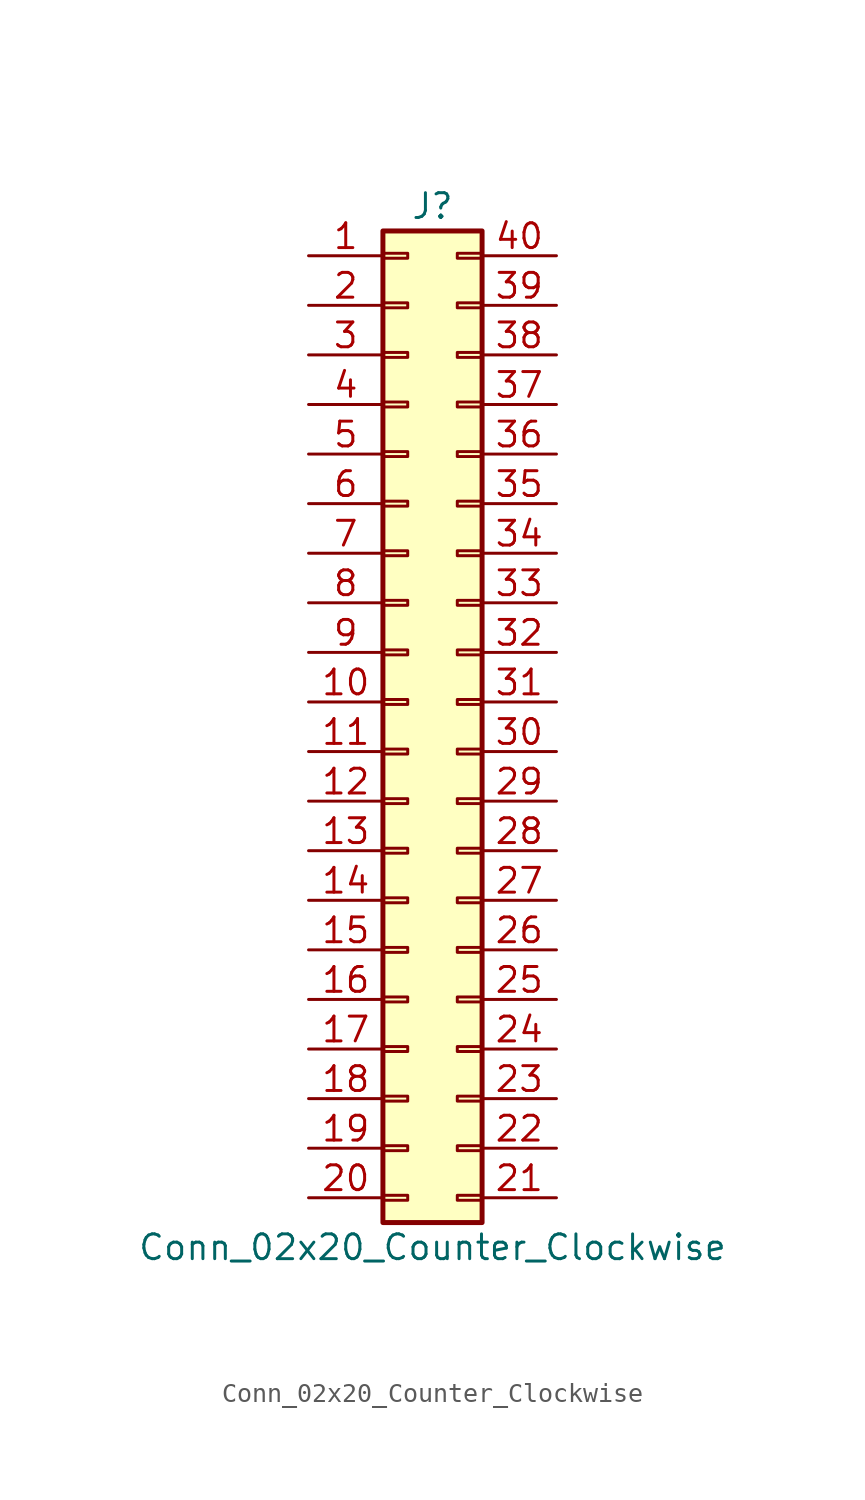
<source format=kicad_sym>
(kicad_symbol_lib
  (version 20201005)
  (generator kicad_symbol_editor)
  (symbol "Conn_02x20_Counter_Clockwise"
    (pin_names
      (offset 1.016) hide)
    (property "Reference" "J"
      (at 1.27 25.4 0)
      (effects (font (size 1.27 1.27))))
    (property "Value" "Conn_02x20_Counter_Clockwise"
      (at 1.27 -27.94 0)
      (effects (font (size 1.27 1.27))))
    (symbol "Conn_02x20_Counter_Clockwise_1_1"
      (rectangle (start -1.27 -25.273) (end 0 -25.527) (stroke (width 0.152)) (fill (type none)))
      (rectangle (start -1.27 -22.733) (end 0 -22.987) (stroke (width 0.152)) (fill (type none)))
      (rectangle (start -1.27 -20.193) (end 0 -20.447) (stroke (width 0.152)) (fill (type none)))
      (rectangle (start -1.27 -17.653) (end 0 -17.907) (stroke (width 0.152)) (fill (type none)))
      (rectangle (start -1.27 -15.113) (end 0 -15.367) (stroke (width 0.152)) (fill (type none)))
      (rectangle (start -1.27 -12.573) (end 0 -12.827) (stroke (width 0.152)) (fill (type none)))
      (rectangle (start -1.27 -10.033) (end 0 -10.287) (stroke (width 0.152)) (fill (type none)))
      (rectangle (start -1.27 -7.493) (end 0 -7.747) (stroke (width 0.152)) (fill (type none)))
      (rectangle (start -1.27 -4.953) (end 0 -5.207) (stroke (width 0.152)) (fill (type none)))
      (rectangle (start -1.27 -2.413) (end 0 -2.667) (stroke (width 0.152)) (fill (type none)))
      (rectangle (start -1.27 0.127) (end 0 -0.127) (stroke (width 0.152)) (fill (type none)))
      (rectangle (start -1.27 2.667) (end 0 2.413) (stroke (width 0.152)) (fill (type none)))
      (rectangle (start -1.27 5.207) (end 0 4.953) (stroke (width 0.152)) (fill (type none)))
      (rectangle (start -1.27 7.747) (end 0 7.493) (stroke (width 0.152)) (fill (type none)))
      (rectangle (start -1.27 10.287) (end 0 10.033) (stroke (width 0.152)) (fill (type none)))
      (rectangle (start -1.27 12.827) (end 0 12.573) (stroke (width 0.152)) (fill (type none)))
      (rectangle (start -1.27 15.367) (end 0 15.113) (stroke (width 0.152)) (fill (type none)))
      (rectangle (start -1.27 17.907) (end 0 17.653) (stroke (width 0.152)) (fill (type none)))
      (rectangle (start -1.27 20.447) (end 0 20.193) (stroke (width 0.152)) (fill (type none)))
      (rectangle (start -1.27 22.987) (end 0 22.733) (stroke (width 0.152)) (fill (type none)))
      (rectangle (start -1.27 24.13) (end 3.81 -26.67) (stroke (width 0.254)) (fill (type background)))
      (rectangle (start 3.81 -25.273) (end 2.54 -25.527) (stroke (width 0.152)) (fill (type none)))
      (rectangle (start 3.81 -22.733) (end 2.54 -22.987) (stroke (width 0.152)) (fill (type none)))
      (rectangle (start 3.81 -20.193) (end 2.54 -20.447) (stroke (width 0.152)) (fill (type none)))
      (rectangle (start 3.81 -17.653) (end 2.54 -17.907) (stroke (width 0.152)) (fill (type none)))
      (rectangle (start 3.81 -15.113) (end 2.54 -15.367) (stroke (width 0.152)) (fill (type none)))
      (rectangle (start 3.81 -12.573) (end 2.54 -12.827) (stroke (width 0.152)) (fill (type none)))
      (rectangle (start 3.81 -10.033) (end 2.54 -10.287) (stroke (width 0.152)) (fill (type none)))
      (rectangle (start 3.81 -7.493) (end 2.54 -7.747) (stroke (width 0.152)) (fill (type none)))
      (rectangle (start 3.81 -4.953) (end 2.54 -5.207) (stroke (width 0.152)) (fill (type none)))
      (rectangle (start 3.81 -2.413) (end 2.54 -2.667) (stroke (width 0.152)) (fill (type none)))
      (rectangle (start 3.81 0.127) (end 2.54 -0.127) (stroke (width 0.152)) (fill (type none)))
      (rectangle (start 3.81 2.667) (end 2.54 2.413) (stroke (width 0.152)) (fill (type none)))
      (rectangle (start 3.81 5.207) (end 2.54 4.953) (stroke (width 0.152)) (fill (type none)))
      (rectangle (start 3.81 7.747) (end 2.54 7.493) (stroke (width 0.152)) (fill (type none)))
      (rectangle (start 3.81 10.287) (end 2.54 10.033) (stroke (width 0.152)) (fill (type none)))
      (rectangle (start 3.81 12.827) (end 2.54 12.573) (stroke (width 0.152)) (fill (type none)))
      (rectangle (start 3.81 15.367) (end 2.54 15.113) (stroke (width 0.152)) (fill (type none)))
      (rectangle (start 3.81 17.907) (end 2.54 17.653) (stroke (width 0.152)) (fill (type none)))
      (rectangle (start 3.81 20.447) (end 2.54 20.193) (stroke (width 0.152)) (fill (type none)))
      (rectangle (start 3.81 22.987) (end 2.54 22.733) (stroke (width 0.152)) (fill (type none)))
      (pin passive line (at -5.08 22.86 0) (length 3.81) (name "Pin_1" (effects (font (size 1.27 1.27)))) (number "1" (effects (font (size 1.27 1.27)))))
      (pin passive line (at -5.08 0 0) (length 3.81) (name "Pin_10" (effects (font (size 1.27 1.27)))) (number "10" (effects (font (size 1.27 1.27)))))
      (pin passive line (at -5.08 -2.54 0) (length 3.81) (name "Pin_11" (effects (font (size 1.27 1.27)))) (number "11" (effects (font (size 1.27 1.27)))))
      (pin passive line (at -5.08 -5.08 0) (length 3.81) (name "Pin_12" (effects (font (size 1.27 1.27)))) (number "12" (effects (font (size 1.27 1.27)))))
      (pin passive line (at -5.08 -7.62 0) (length 3.81) (name "Pin_13" (effects (font (size 1.27 1.27)))) (number "13" (effects (font (size 1.27 1.27)))))
      (pin passive line (at -5.08 -10.16 0) (length 3.81) (name "Pin_14" (effects (font (size 1.27 1.27)))) (number "14" (effects (font (size 1.27 1.27)))))
      (pin passive line (at -5.08 -12.7 0) (length 3.81) (name "Pin_15" (effects (font (size 1.27 1.27)))) (number "15" (effects (font (size 1.27 1.27)))))
      (pin passive line (at -5.08 -15.24 0) (length 3.81) (name "Pin_16" (effects (font (size 1.27 1.27)))) (number "16" (effects (font (size 1.27 1.27)))))
      (pin passive line (at -5.08 -17.78 0) (length 3.81) (name "Pin_17" (effects (font (size 1.27 1.27)))) (number "17" (effects (font (size 1.27 1.27)))))
      (pin passive line (at -5.08 -20.32 0) (length 3.81) (name "Pin_18" (effects (font (size 1.27 1.27)))) (number "18" (effects (font (size 1.27 1.27)))))
      (pin passive line (at -5.08 -22.86 0) (length 3.81) (name "Pin_19" (effects (font (size 1.27 1.27)))) (number "19" (effects (font (size 1.27 1.27)))))
      (pin passive line (at -5.08 20.32 0) (length 3.81) (name "Pin_2" (effects (font (size 1.27 1.27)))) (number "2" (effects (font (size 1.27 1.27)))))
      (pin passive line (at -5.08 -25.4 0) (length 3.81) (name "Pin_20" (effects (font (size 1.27 1.27)))) (number "20" (effects (font (size 1.27 1.27)))))
      (pin passive line (at 7.62 -25.4 180) (length 3.81) (name "Pin_21" (effects (font (size 1.27 1.27)))) (number "21" (effects (font (size 1.27 1.27)))))
      (pin passive line (at 7.62 -22.86 180) (length 3.81) (name "Pin_22" (effects (font (size 1.27 1.27)))) (number "22" (effects (font (size 1.27 1.27)))))
      (pin passive line (at 7.62 -20.32 180) (length 3.81) (name "Pin_23" (effects (font (size 1.27 1.27)))) (number "23" (effects (font (size 1.27 1.27)))))
      (pin passive line (at 7.62 -17.78 180) (length 3.81) (name "Pin_24" (effects (font (size 1.27 1.27)))) (number "24" (effects (font (size 1.27 1.27)))))
      (pin passive line (at 7.62 -15.24 180) (length 3.81) (name "Pin_25" (effects (font (size 1.27 1.27)))) (number "25" (effects (font (size 1.27 1.27)))))
      (pin passive line (at 7.62 -12.7 180) (length 3.81) (name "Pin_26" (effects (font (size 1.27 1.27)))) (number "26" (effects (font (size 1.27 1.27)))))
      (pin passive line (at 7.62 -10.16 180) (length 3.81) (name "Pin_27" (effects (font (size 1.27 1.27)))) (number "27" (effects (font (size 1.27 1.27)))))
      (pin passive line (at 7.62 -7.62 180) (length 3.81) (name "Pin_28" (effects (font (size 1.27 1.27)))) (number "28" (effects (font (size 1.27 1.27)))))
      (pin passive line (at 7.62 -5.08 180) (length 3.81) (name "Pin_29" (effects (font (size 1.27 1.27)))) (number "29" (effects (font (size 1.27 1.27)))))
      (pin passive line (at -5.08 17.78 0) (length 3.81) (name "Pin_3" (effects (font (size 1.27 1.27)))) (number "3" (effects (font (size 1.27 1.27)))))
      (pin passive line (at 7.62 -2.54 180) (length 3.81) (name "Pin_30" (effects (font (size 1.27 1.27)))) (number "30" (effects (font (size 1.27 1.27)))))
      (pin passive line (at 7.62 0 180) (length 3.81) (name "Pin_31" (effects (font (size 1.27 1.27)))) (number "31" (effects (font (size 1.27 1.27)))))
      (pin passive line (at 7.62 2.54 180) (length 3.81) (name "Pin_32" (effects (font (size 1.27 1.27)))) (number "32" (effects (font (size 1.27 1.27)))))
      (pin passive line (at 7.62 5.08 180) (length 3.81) (name "Pin_33" (effects (font (size 1.27 1.27)))) (number "33" (effects (font (size 1.27 1.27)))))
      (pin passive line (at 7.62 7.62 180) (length 3.81) (name "Pin_34" (effects (font (size 1.27 1.27)))) (number "34" (effects (font (size 1.27 1.27)))))
      (pin passive line (at 7.62 10.16 180) (length 3.81) (name "Pin_35" (effects (font (size 1.27 1.27)))) (number "35" (effects (font (size 1.27 1.27)))))
      (pin passive line (at 7.62 12.7 180) (length 3.81) (name "Pin_36" (effects (font (size 1.27 1.27)))) (number "36" (effects (font (size 1.27 1.27)))))
      (pin passive line (at 7.62 15.24 180) (length 3.81) (name "Pin_37" (effects (font (size 1.27 1.27)))) (number "37" (effects (font (size 1.27 1.27)))))
      (pin passive line (at 7.62 17.78 180) (length 3.81) (name "Pin_38" (effects (font (size 1.27 1.27)))) (number "38" (effects (font (size 1.27 1.27)))))
      (pin passive line (at 7.62 20.32 180) (length 3.81) (name "Pin_39" (effects (font (size 1.27 1.27)))) (number "39" (effects (font (size 1.27 1.27)))))
      (pin passive line (at -5.08 15.24 0) (length 3.81) (name "Pin_4" (effects (font (size 1.27 1.27)))) (number "4" (effects (font (size 1.27 1.27)))))
      (pin passive line (at 7.62 22.86 180) (length 3.81) (name "Pin_40" (effects (font (size 1.27 1.27)))) (number "40" (effects (font (size 1.27 1.27)))))
      (pin passive line (at -5.08 12.7 0) (length 3.81) (name "Pin_5" (effects (font (size 1.27 1.27)))) (number "5" (effects (font (size 1.27 1.27)))))
      (pin passive line (at -5.08 10.16 0) (length 3.81) (name "Pin_6" (effects (font (size 1.27 1.27)))) (number "6" (effects (font (size 1.27 1.27)))))
      (pin passive line (at -5.08 7.62 0) (length 3.81) (name "Pin_7" (effects (font (size 1.27 1.27)))) (number "7" (effects (font (size 1.27 1.27)))))
      (pin passive line (at -5.08 5.08 0) (length 3.81) (name "Pin_8" (effects (font (size 1.27 1.27)))) (number "8" (effects (font (size 1.27 1.27)))))
      (pin passive line (at -5.08 2.54 0) (length 3.81) (name "Pin_9" (effects (font (size 1.27 1.27)))) (number "9" (effects (font (size 1.27 1.27))))))))
</source>
